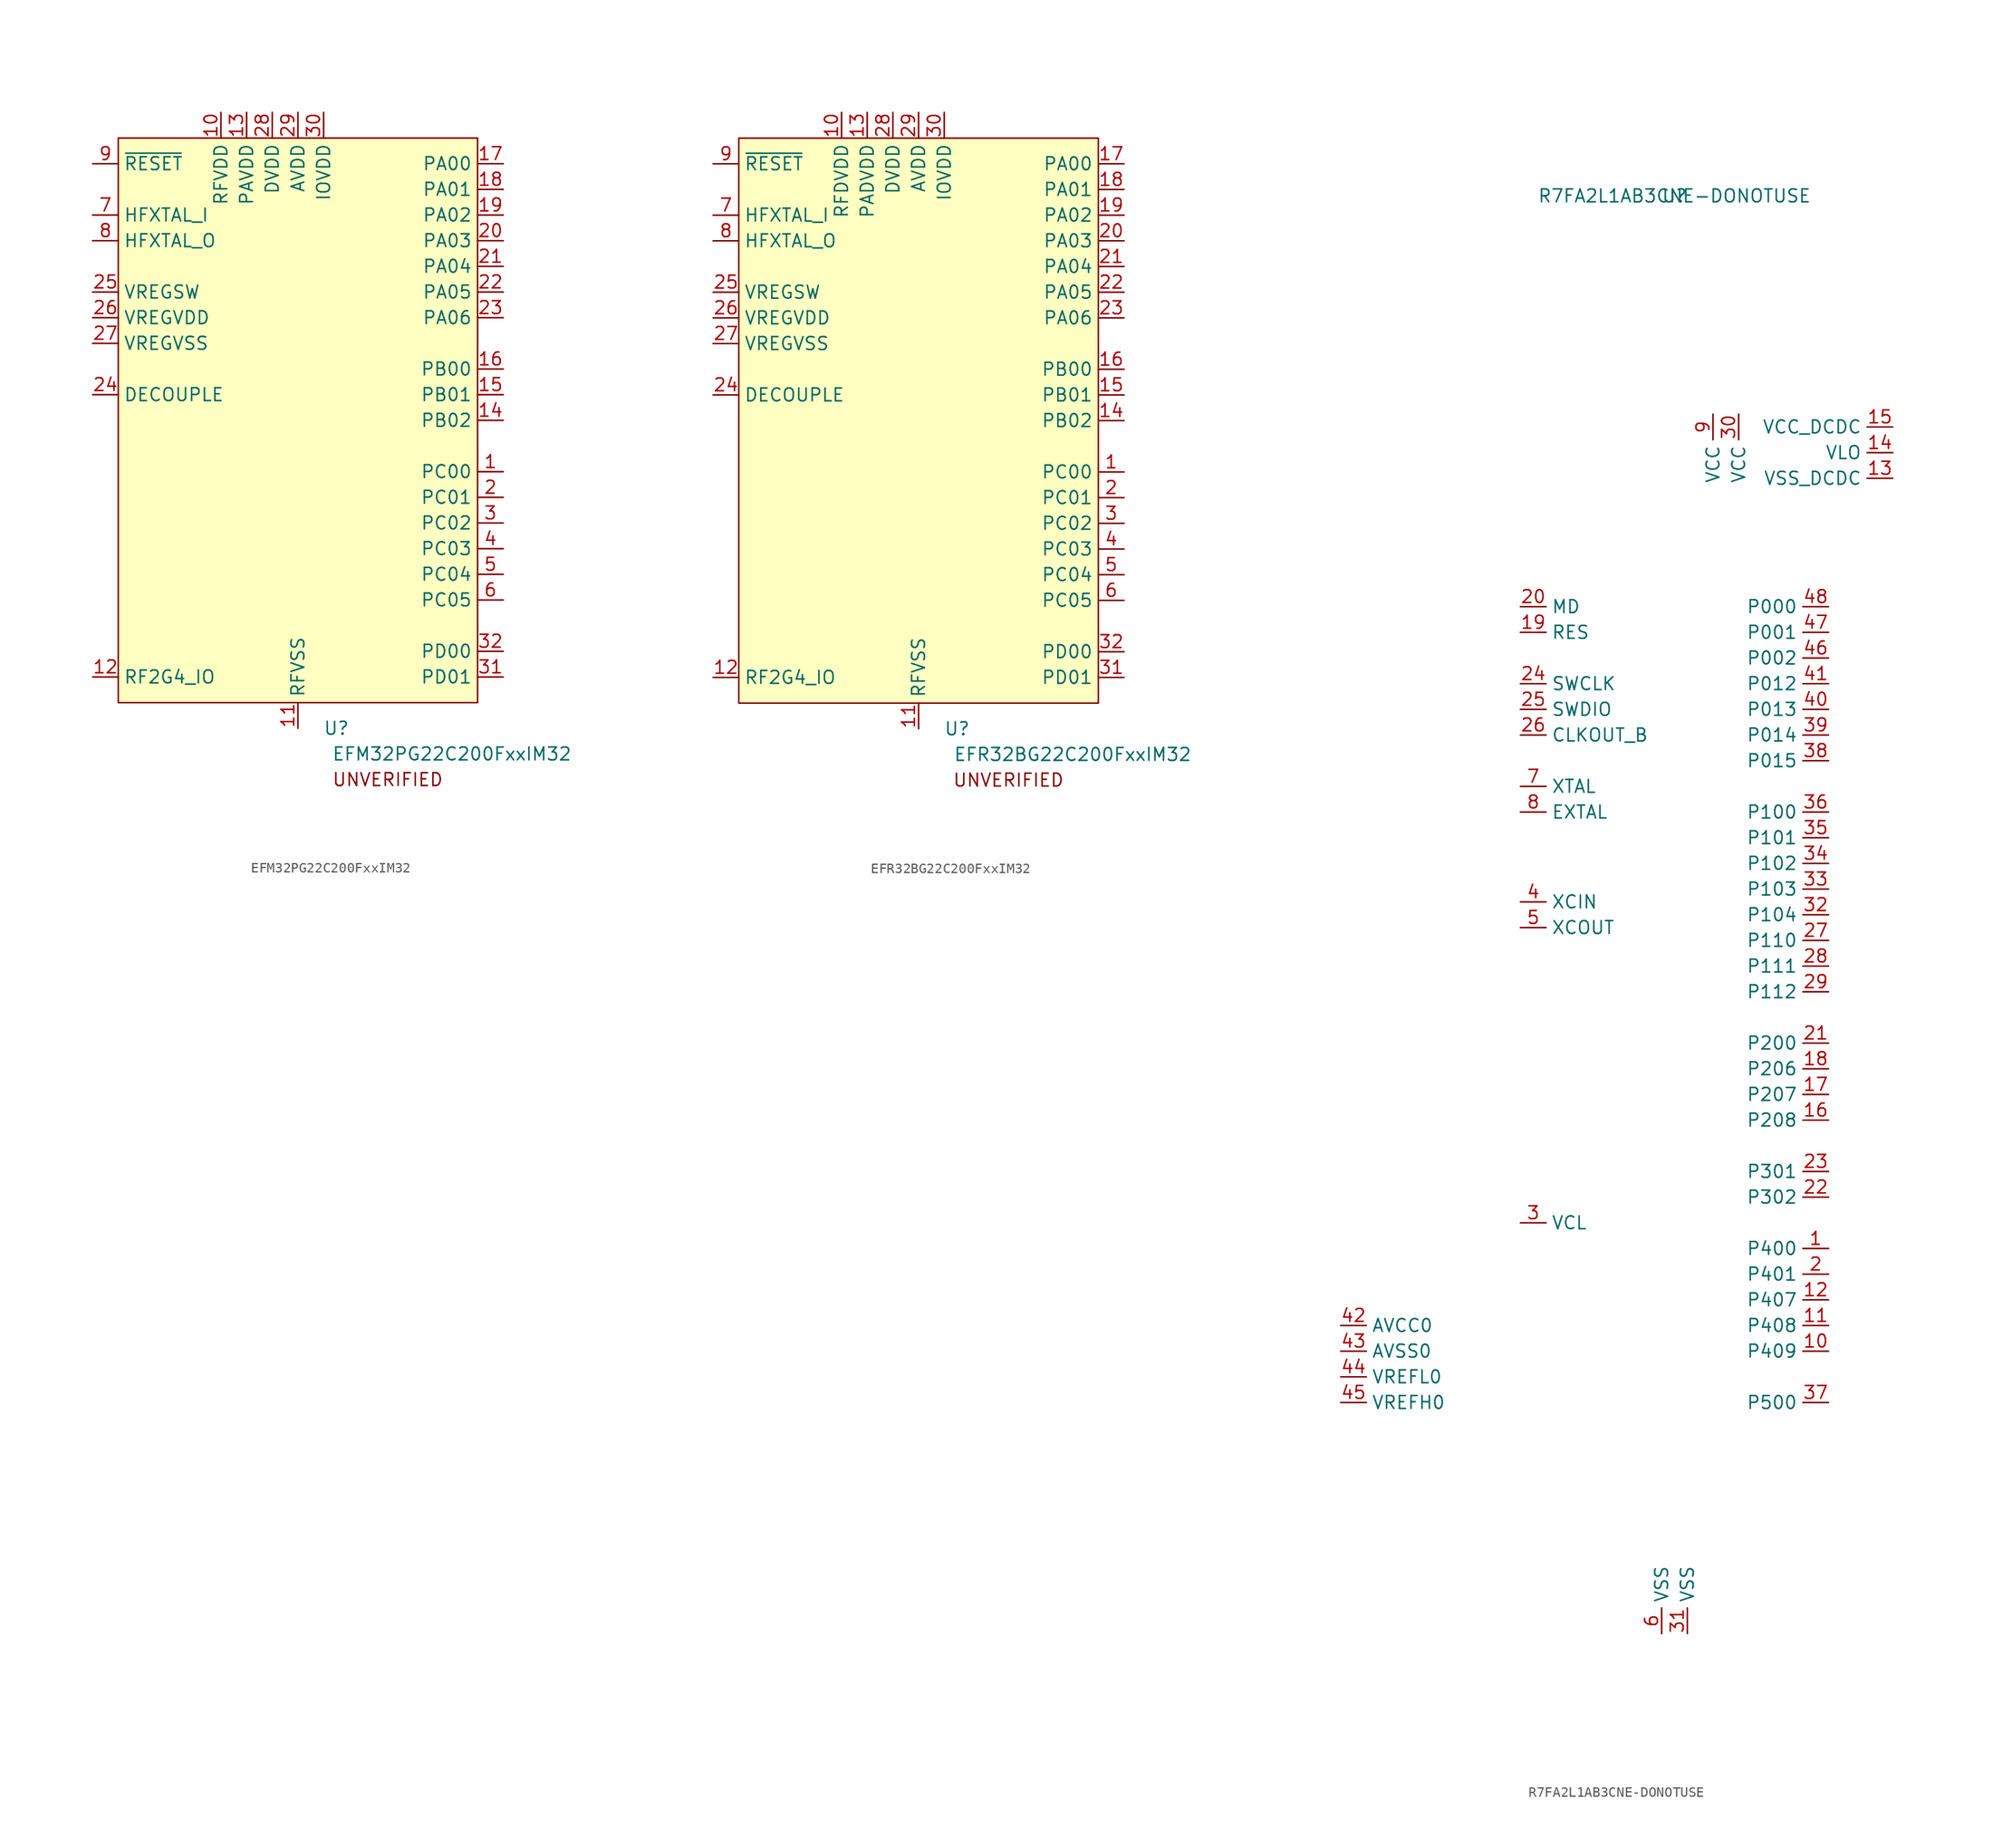
<source format=kicad_sym>
(kicad_symbol_lib
  (version 20211014)
  (generator kicad_symbol_editor)
  (symbol "EFM32PG22C200FxxIM32"
    (property "Reference" "U"
      (at 3.81 -30.48 0)
      (effects (font (size 1.27 1.27))))
    (property "Value" "EFM32PG22C200FxxIM32"
      (at 15.24 -33.02 0)
      (effects (font (size 1.27 1.27))))
    (symbol "EFM32PG22C200FxxIM32_0_0"
      (text "UNVERIFIED" (at 8.89 -35.56 0) (effects (font (size 1.27 1.27))))
      (pin bidirectional line (at 20.32 -5.08 180) (length 2.54) (name "PC00" (effects (font (size 1.27 1.27)))) (number "1" (effects (font (size 1.27 1.27)))))
      (pin power_in line (at -7.62 30.48 270) (length 2.54) (name "RFVDD" (effects (font (size 1.27 1.27)))) (number "10" (effects (font (size 1.27 1.27)))))
      (pin power_in line (at 0 -30.48 90) (length 2.54) (name "RFVSS" (effects (font (size 1.27 1.27)))) (number "11" (effects (font (size 1.27 1.27)))))
      (pin bidirectional line (at -20.32 -25.4 0) (length 2.54) (name "RF2G4_IO" (effects (font (size 1.27 1.27)))) (number "12" (effects (font (size 1.27 1.27)))))
      (pin power_in line (at -5.08 30.48 270) (length 2.54) (name "PAVDD" (effects (font (size 1.27 1.27)))) (number "13" (effects (font (size 1.27 1.27)))))
      (pin bidirectional line (at 20.32 0 180) (length 2.54) (name "PB02" (effects (font (size 1.27 1.27)))) (number "14" (effects (font (size 1.27 1.27)))))
      (pin bidirectional line (at 20.32 2.54 180) (length 2.54) (name "PB01" (effects (font (size 1.27 1.27)))) (number "15" (effects (font (size 1.27 1.27)))))
      (pin bidirectional line (at 20.32 5.08 180) (length 2.54) (name "PB00" (effects (font (size 1.27 1.27)))) (number "16" (effects (font (size 1.27 1.27)))))
      (pin bidirectional line (at 20.32 25.4 180) (length 2.54) (name "PA00" (effects (font (size 1.27 1.27)))) (number "17" (effects (font (size 1.27 1.27)))))
      (pin bidirectional line (at 20.32 22.86 180) (length 2.54) (name "PA01" (effects (font (size 1.27 1.27)))) (number "18" (effects (font (size 1.27 1.27)))))
      (pin bidirectional line (at 20.32 20.32 180) (length 2.54) (name "PA02" (effects (font (size 1.27 1.27)))) (number "19" (effects (font (size 1.27 1.27)))))
      (pin bidirectional line (at 20.32 -7.62 180) (length 2.54) (name "PC01" (effects (font (size 1.27 1.27)))) (number "2" (effects (font (size 1.27 1.27)))))
      (pin bidirectional line (at 20.32 17.78 180) (length 2.54) (name "PA03" (effects (font (size 1.27 1.27)))) (number "20" (effects (font (size 1.27 1.27)))))
      (pin bidirectional line (at 20.32 15.24 180) (length 2.54) (name "PA04" (effects (font (size 1.27 1.27)))) (number "21" (effects (font (size 1.27 1.27)))))
      (pin bidirectional line (at 20.32 12.7 180) (length 2.54) (name "PA05" (effects (font (size 1.27 1.27)))) (number "22" (effects (font (size 1.27 1.27)))))
      (pin bidirectional line (at 20.32 10.16 180) (length 2.54) (name "PA06" (effects (font (size 1.27 1.27)))) (number "23" (effects (font (size 1.27 1.27)))))
      (pin power_out line (at -20.32 2.54 0) (length 2.54) (name "DECOUPLE" (effects (font (size 1.27 1.27)))) (number "24" (effects (font (size 1.27 1.27)))))
      (pin power_out line (at -20.32 12.7 0) (length 2.54) (name "VREGSW" (effects (font (size 1.27 1.27)))) (number "25" (effects (font (size 1.27 1.27)))))
      (pin power_in line (at -20.32 10.16 0) (length 2.54) (name "VREGVDD" (effects (font (size 1.27 1.27)))) (number "26" (effects (font (size 1.27 1.27)))))
      (pin power_in line (at -20.32 7.62 0) (length 2.54) (name "VREGVSS" (effects (font (size 1.27 1.27)))) (number "27" (effects (font (size 1.27 1.27)))))
      (pin power_in line (at -2.54 30.48 270) (length 2.54) (name "DVDD" (effects (font (size 1.27 1.27)))) (number "28" (effects (font (size 1.27 1.27)))))
      (pin power_in line (at 0 30.48 270) (length 2.54) (name "AVDD" (effects (font (size 1.27 1.27)))) (number "29" (effects (font (size 1.27 1.27)))))
      (pin bidirectional line (at 20.32 -10.16 180) (length 2.54) (name "PC02" (effects (font (size 1.27 1.27)))) (number "3" (effects (font (size 1.27 1.27)))))
      (pin power_in line (at 2.54 30.48 270) (length 2.54) (name "IOVDD" (effects (font (size 1.27 1.27)))) (number "30" (effects (font (size 1.27 1.27)))))
      (pin bidirectional line (at 20.32 -25.4 180) (length 2.54) (name "PD01" (effects (font (size 1.27 1.27)))) (number "31" (effects (font (size 1.27 1.27)))))
      (pin bidirectional line (at 20.32 -22.86 180) (length 2.54) (name "PD00" (effects (font (size 1.27 1.27)))) (number "32" (effects (font (size 1.27 1.27)))))
      (pin power_in line (at 0 -30.48 90) (length 2.54) hide (name "VSS" (effects (font (size 1.27 1.27)))) (number "33" (effects (font (size 1.27 1.27)))))
      (pin bidirectional line (at 20.32 -12.7 180) (length 2.54) (name "PC03" (effects (font (size 1.27 1.27)))) (number "4" (effects (font (size 1.27 1.27)))))
      (pin bidirectional line (at 20.32 -15.24 180) (length 2.54) (name "PC04" (effects (font (size 1.27 1.27)))) (number "5" (effects (font (size 1.27 1.27)))))
      (pin bidirectional line (at 20.32 -17.78 180) (length 2.54) (name "PC05" (effects (font (size 1.27 1.27)))) (number "6" (effects (font (size 1.27 1.27)))))
      (pin input line (at -20.32 20.32 0) (length 2.54) (name "HFXTAL_I" (effects (font (size 1.27 1.27)))) (number "7" (effects (font (size 1.27 1.27)))))
      (pin output line (at -20.32 17.78 0) (length 2.54) (name "HFXTAL_O" (effects (font (size 1.27 1.27)))) (number "8" (effects (font (size 1.27 1.27)))))
      (pin input line (at -20.32 25.4 0) (length 2.54) (name "~{RESET}" (effects (font (size 1.27 1.27)))) (number "9" (effects (font (size 1.27 1.27))))))
    (symbol "EFM32PG22C200FxxIM32_0_1"
      (rectangle (start -17.78 27.94) (end 17.78 -27.94) (stroke (width 0) (type default) (color 0 0 0 0)) (fill (type background)))))
  (symbol "EFR32BG22C200FxxIM32"
    (property "Reference" "U"
      (at 3.81 -30.48 0)
      (effects (font (size 1.27 1.27))))
    (property "Value" "EFR32BG22C200FxxIM32"
      (at 15.24 -33.02 0)
      (effects (font (size 1.27 1.27))))
    (symbol "EFR32BG22C200FxxIM32_0_0"
      (text "UNVERIFIED" (at 8.89 -35.56 0) (effects (font (size 1.27 1.27))))
      (pin bidirectional line (at 20.32 -5.08 180) (length 2.54) (name "PC00" (effects (font (size 1.27 1.27)))) (number "1" (effects (font (size 1.27 1.27)))))
      (pin power_in line (at -7.62 30.48 270) (length 2.54) (name "RFDVDD" (effects (font (size 1.27 1.27)))) (number "10" (effects (font (size 1.27 1.27)))))
      (pin power_in line (at 0 -30.48 90) (length 2.54) (name "RFVSS" (effects (font (size 1.27 1.27)))) (number "11" (effects (font (size 1.27 1.27)))))
      (pin bidirectional line (at -20.32 -25.4 0) (length 2.54) (name "RF2G4_IO" (effects (font (size 1.27 1.27)))) (number "12" (effects (font (size 1.27 1.27)))))
      (pin power_in line (at -5.08 30.48 270) (length 2.54) (name "PADVDD" (effects (font (size 1.27 1.27)))) (number "13" (effects (font (size 1.27 1.27)))))
      (pin bidirectional line (at 20.32 0 180) (length 2.54) (name "PB02" (effects (font (size 1.27 1.27)))) (number "14" (effects (font (size 1.27 1.27)))))
      (pin bidirectional line (at 20.32 2.54 180) (length 2.54) (name "PB01" (effects (font (size 1.27 1.27)))) (number "15" (effects (font (size 1.27 1.27)))))
      (pin bidirectional line (at 20.32 5.08 180) (length 2.54) (name "PB00" (effects (font (size 1.27 1.27)))) (number "16" (effects (font (size 1.27 1.27)))))
      (pin bidirectional line (at 20.32 25.4 180) (length 2.54) (name "PA00" (effects (font (size 1.27 1.27)))) (number "17" (effects (font (size 1.27 1.27)))))
      (pin bidirectional line (at 20.32 22.86 180) (length 2.54) (name "PA01" (effects (font (size 1.27 1.27)))) (number "18" (effects (font (size 1.27 1.27)))))
      (pin bidirectional line (at 20.32 20.32 180) (length 2.54) (name "PA02" (effects (font (size 1.27 1.27)))) (number "19" (effects (font (size 1.27 1.27)))))
      (pin bidirectional line (at 20.32 -7.62 180) (length 2.54) (name "PC01" (effects (font (size 1.27 1.27)))) (number "2" (effects (font (size 1.27 1.27)))))
      (pin bidirectional line (at 20.32 17.78 180) (length 2.54) (name "PA03" (effects (font (size 1.27 1.27)))) (number "20" (effects (font (size 1.27 1.27)))))
      (pin bidirectional line (at 20.32 15.24 180) (length 2.54) (name "PA04" (effects (font (size 1.27 1.27)))) (number "21" (effects (font (size 1.27 1.27)))))
      (pin bidirectional line (at 20.32 12.7 180) (length 2.54) (name "PA05" (effects (font (size 1.27 1.27)))) (number "22" (effects (font (size 1.27 1.27)))))
      (pin bidirectional line (at 20.32 10.16 180) (length 2.54) (name "PA06" (effects (font (size 1.27 1.27)))) (number "23" (effects (font (size 1.27 1.27)))))
      (pin power_out line (at -20.32 2.54 0) (length 2.54) (name "DECOUPLE" (effects (font (size 1.27 1.27)))) (number "24" (effects (font (size 1.27 1.27)))))
      (pin power_out line (at -20.32 12.7 0) (length 2.54) (name "VREGSW" (effects (font (size 1.27 1.27)))) (number "25" (effects (font (size 1.27 1.27)))))
      (pin power_in line (at -20.32 10.16 0) (length 2.54) (name "VREGVDD" (effects (font (size 1.27 1.27)))) (number "26" (effects (font (size 1.27 1.27)))))
      (pin power_in line (at -20.32 7.62 0) (length 2.54) (name "VREGVSS" (effects (font (size 1.27 1.27)))) (number "27" (effects (font (size 1.27 1.27)))))
      (pin power_in line (at -2.54 30.48 270) (length 2.54) (name "DVDD" (effects (font (size 1.27 1.27)))) (number "28" (effects (font (size 1.27 1.27)))))
      (pin power_in line (at 0 30.48 270) (length 2.54) (name "AVDD" (effects (font (size 1.27 1.27)))) (number "29" (effects (font (size 1.27 1.27)))))
      (pin bidirectional line (at 20.32 -10.16 180) (length 2.54) (name "PC02" (effects (font (size 1.27 1.27)))) (number "3" (effects (font (size 1.27 1.27)))))
      (pin power_in line (at 2.54 30.48 270) (length 2.54) (name "IOVDD" (effects (font (size 1.27 1.27)))) (number "30" (effects (font (size 1.27 1.27)))))
      (pin bidirectional line (at 20.32 -25.4 180) (length 2.54) (name "PD01" (effects (font (size 1.27 1.27)))) (number "31" (effects (font (size 1.27 1.27)))))
      (pin bidirectional line (at 20.32 -22.86 180) (length 2.54) (name "PD00" (effects (font (size 1.27 1.27)))) (number "32" (effects (font (size 1.27 1.27)))))
      (pin power_in line (at 0 -30.48 90) (length 2.54) hide (name "VSS" (effects (font (size 1.27 1.27)))) (number "33" (effects (font (size 1.27 1.27)))))
      (pin bidirectional line (at 20.32 -12.7 180) (length 2.54) (name "PC03" (effects (font (size 1.27 1.27)))) (number "4" (effects (font (size 1.27 1.27)))))
      (pin bidirectional line (at 20.32 -15.24 180) (length 2.54) (name "PC04" (effects (font (size 1.27 1.27)))) (number "5" (effects (font (size 1.27 1.27)))))
      (pin bidirectional line (at 20.32 -17.78 180) (length 2.54) (name "PC05" (effects (font (size 1.27 1.27)))) (number "6" (effects (font (size 1.27 1.27)))))
      (pin input line (at -20.32 20.32 0) (length 2.54) (name "HFXTAL_I" (effects (font (size 1.27 1.27)))) (number "7" (effects (font (size 1.27 1.27)))))
      (pin output line (at -20.32 17.78 0) (length 2.54) (name "HFXTAL_O" (effects (font (size 1.27 1.27)))) (number "8" (effects (font (size 1.27 1.27)))))
      (pin input line (at -20.32 25.4 0) (length 2.54) (name "~{RESET}" (effects (font (size 1.27 1.27)))) (number "9" (effects (font (size 1.27 1.27))))))
    (symbol "EFR32BG22C200FxxIM32_0_1"
      (rectangle (start -17.78 27.94) (end 17.78 -27.94) (stroke (width 0) (type default) (color 0 0 0 0)) (fill (type background)))))
  (symbol "R7FA2L1AB3CNE-DONOTUSE"
    (property "Reference" "U"
      (at 0 0 0)
      (effects (font (size 1.27 1.27))))
    (property "Value" "R7FA2L1AB3CNE-DONOTUSE"
      (at 0 0 0)
      (effects (font (size 1.27 1.27))))
    (symbol "R7FA2L1AB3CNE-DONOTUSE_0_0"
      (pin bidirectional line (at 15.24 -104.14 180) (length 2.54) (name "P400" (effects (font (size 1.27 1.27)))) (number "1" (effects (font (size 1.27 1.27)))))
      (pin bidirectional line (at 15.24 -114.3 180) (length 2.54) (name "P409" (effects (font (size 1.27 1.27)))) (number "10" (effects (font (size 1.27 1.27)))))
      (pin bidirectional line (at 15.24 -111.76 180) (length 2.54) (name "P408" (effects (font (size 1.27 1.27)))) (number "11" (effects (font (size 1.27 1.27)))))
      (pin bidirectional line (at 15.24 -109.22 180) (length 2.54) (name "P407" (effects (font (size 1.27 1.27)))) (number "12" (effects (font (size 1.27 1.27)))))
      (pin power_in line (at 21.59 -27.94 180) (length 2.54) (name "VSS_DCDC" (effects (font (size 1.27 1.27)))) (number "13" (effects (font (size 1.27 1.27)))))
      (pin power_in line (at 21.59 -25.4 180) (length 2.54) (name "VLO" (effects (font (size 1.27 1.27)))) (number "14" (effects (font (size 1.27 1.27)))))
      (pin power_in line (at 21.59 -22.86 180) (length 2.54) (name "VCC_DCDC" (effects (font (size 1.27 1.27)))) (number "15" (effects (font (size 1.27 1.27)))))
      (pin bidirectional line (at 15.24 -91.44 180) (length 2.54) (name "P208" (effects (font (size 1.27 1.27)))) (number "16" (effects (font (size 1.27 1.27)))))
      (pin bidirectional line (at 15.24 -88.9 180) (length 2.54) (name "P207" (effects (font (size 1.27 1.27)))) (number "17" (effects (font (size 1.27 1.27)))))
      (pin bidirectional line (at 15.24 -86.36 180) (length 2.54) (name "P206" (effects (font (size 1.27 1.27)))) (number "18" (effects (font (size 1.27 1.27)))))
      (pin input line (at -15.24 -43.18 0) (length 2.54) (name "RES" (effects (font (size 1.27 1.27)))) (number "19" (effects (font (size 1.27 1.27)))))
      (pin bidirectional line (at 15.24 -106.68 180) (length 2.54) (name "P401" (effects (font (size 1.27 1.27)))) (number "2" (effects (font (size 1.27 1.27)))))
      (pin input line (at -15.24 -40.64 0) (length 2.54) (name "MD" (effects (font (size 1.27 1.27)))) (number "20" (effects (font (size 1.27 1.27)))))
      (pin input line (at 15.24 -83.82 180) (length 2.54) (name "P200" (effects (font (size 1.27 1.27)))) (number "21" (effects (font (size 1.27 1.27)))))
      (pin bidirectional line (at 15.24 -99.06 180) (length 2.54) (name "P302" (effects (font (size 1.27 1.27)))) (number "22" (effects (font (size 1.27 1.27)))))
      (pin bidirectional line (at 15.24 -96.52 180) (length 2.54) (name "P301" (effects (font (size 1.27 1.27)))) (number "23" (effects (font (size 1.27 1.27)))))
      (pin bidirectional line (at -15.24 -48.26 0) (length 2.54) (name "SWCLK" (effects (font (size 1.27 1.27)))) (number "24" (effects (font (size 1.27 1.27)))))
      (pin bidirectional line (at -15.24 -50.8 0) (length 2.54) (name "SWDIO" (effects (font (size 1.27 1.27)))) (number "25" (effects (font (size 1.27 1.27)))))
      (pin bidirectional line (at -15.24 -53.34 0) (length 2.54) (name "CLKOUT_B" (effects (font (size 1.27 1.27)))) (number "26" (effects (font (size 1.27 1.27)))))
      (pin bidirectional line (at 15.24 -73.66 180) (length 2.54) (name "P110" (effects (font (size 1.27 1.27)))) (number "27" (effects (font (size 1.27 1.27)))))
      (pin bidirectional line (at 15.24 -76.2 180) (length 2.54) (name "P111" (effects (font (size 1.27 1.27)))) (number "28" (effects (font (size 1.27 1.27)))))
      (pin bidirectional line (at 15.24 -78.74 180) (length 2.54) (name "P112" (effects (font (size 1.27 1.27)))) (number "29" (effects (font (size 1.27 1.27)))))
      (pin power_out line (at -15.24 -101.6 0) (length 2.54) (name "VCL" (effects (font (size 1.27 1.27)))) (number "3" (effects (font (size 1.27 1.27)))))
      (pin power_in line (at 6.35 -21.59 270) (length 2.54) (name "VCC" (effects (font (size 1.27 1.27)))) (number "30" (effects (font (size 1.27 1.27)))))
      (pin power_in line (at 1.27 -142.24 90) (length 2.54) (name "VSS" (effects (font (size 1.27 1.27)))) (number "31" (effects (font (size 1.27 1.27)))))
      (pin bidirectional line (at 15.24 -71.12 180) (length 2.54) (name "P104" (effects (font (size 1.27 1.27)))) (number "32" (effects (font (size 1.27 1.27)))))
      (pin bidirectional line (at 15.24 -68.58 180) (length 2.54) (name "P103" (effects (font (size 1.27 1.27)))) (number "33" (effects (font (size 1.27 1.27)))))
      (pin bidirectional line (at 15.24 -66.04 180) (length 2.54) (name "P102" (effects (font (size 1.27 1.27)))) (number "34" (effects (font (size 1.27 1.27)))))
      (pin bidirectional line (at 15.24 -63.5 180) (length 2.54) (name "P101" (effects (font (size 1.27 1.27)))) (number "35" (effects (font (size 1.27 1.27)))))
      (pin bidirectional line (at 15.24 -60.96 180) (length 2.54) (name "P100" (effects (font (size 1.27 1.27)))) (number "36" (effects (font (size 1.27 1.27)))))
      (pin bidirectional line (at 15.24 -119.38 180) (length 2.54) (name "P500" (effects (font (size 1.27 1.27)))) (number "37" (effects (font (size 1.27 1.27)))))
      (pin bidirectional line (at 15.24 -55.88 180) (length 2.54) (name "P015" (effects (font (size 1.27 1.27)))) (number "38" (effects (font (size 1.27 1.27)))))
      (pin bidirectional line (at 15.24 -53.34 180) (length 2.54) (name "P014" (effects (font (size 1.27 1.27)))) (number "39" (effects (font (size 1.27 1.27)))))
      (pin input line (at -15.24 -69.85 0) (length 2.54) (name "XCIN" (effects (font (size 1.27 1.27)))) (number "4" (effects (font (size 1.27 1.27)))))
      (pin bidirectional line (at 15.24 -50.8 180) (length 2.54) (name "P013" (effects (font (size 1.27 1.27)))) (number "40" (effects (font (size 1.27 1.27)))))
      (pin bidirectional line (at 15.24 -48.26 180) (length 2.54) (name "P012" (effects (font (size 1.27 1.27)))) (number "41" (effects (font (size 1.27 1.27)))))
      (pin power_in line (at -33.02 -111.76 0) (length 2.54) (name "AVCC0" (effects (font (size 1.27 1.27)))) (number "42" (effects (font (size 1.27 1.27)))))
      (pin power_in line (at -33.02 -114.3 0) (length 2.54) (name "AVSS0" (effects (font (size 1.27 1.27)))) (number "43" (effects (font (size 1.27 1.27)))))
      (pin bidirectional line (at -33.02 -116.84 0) (length 2.54) (name "VREFL0" (effects (font (size 1.27 1.27)))) (number "44" (effects (font (size 1.27 1.27)))))
      (pin bidirectional line (at -33.02 -119.38 0) (length 2.54) (name "VREFH0" (effects (font (size 1.27 1.27)))) (number "45" (effects (font (size 1.27 1.27)))))
      (pin bidirectional line (at 15.24 -45.72 180) (length 2.54) (name "P002" (effects (font (size 1.27 1.27)))) (number "46" (effects (font (size 1.27 1.27)))))
      (pin bidirectional line (at 15.24 -43.18 180) (length 2.54) (name "P001" (effects (font (size 1.27 1.27)))) (number "47" (effects (font (size 1.27 1.27)))))
      (pin bidirectional line (at 15.24 -40.64 180) (length 2.54) (name "P000" (effects (font (size 1.27 1.27)))) (number "48" (effects (font (size 1.27 1.27)))))
      (pin output line (at -15.24 -72.39 0) (length 2.54) (name "XCOUT" (effects (font (size 1.27 1.27)))) (number "5" (effects (font (size 1.27 1.27)))))
      (pin power_in line (at -1.27 -142.24 90) (length 2.54) (name "VSS" (effects (font (size 1.27 1.27)))) (number "6" (effects (font (size 1.27 1.27)))))
      (pin input line (at -15.24 -58.42 0) (length 2.54) (name "XTAL" (effects (font (size 1.27 1.27)))) (number "7" (effects (font (size 1.27 1.27)))))
      (pin output line (at -15.24 -60.96 0) (length 2.54) (name "EXTAL" (effects (font (size 1.27 1.27)))) (number "8" (effects (font (size 1.27 1.27)))))
      (pin output line (at 3.81 -21.59 270) (length 2.54) (name "VCC" (effects (font (size 1.27 1.27)))) (number "9" (effects (font (size 1.27 1.27))))))))
</source>
